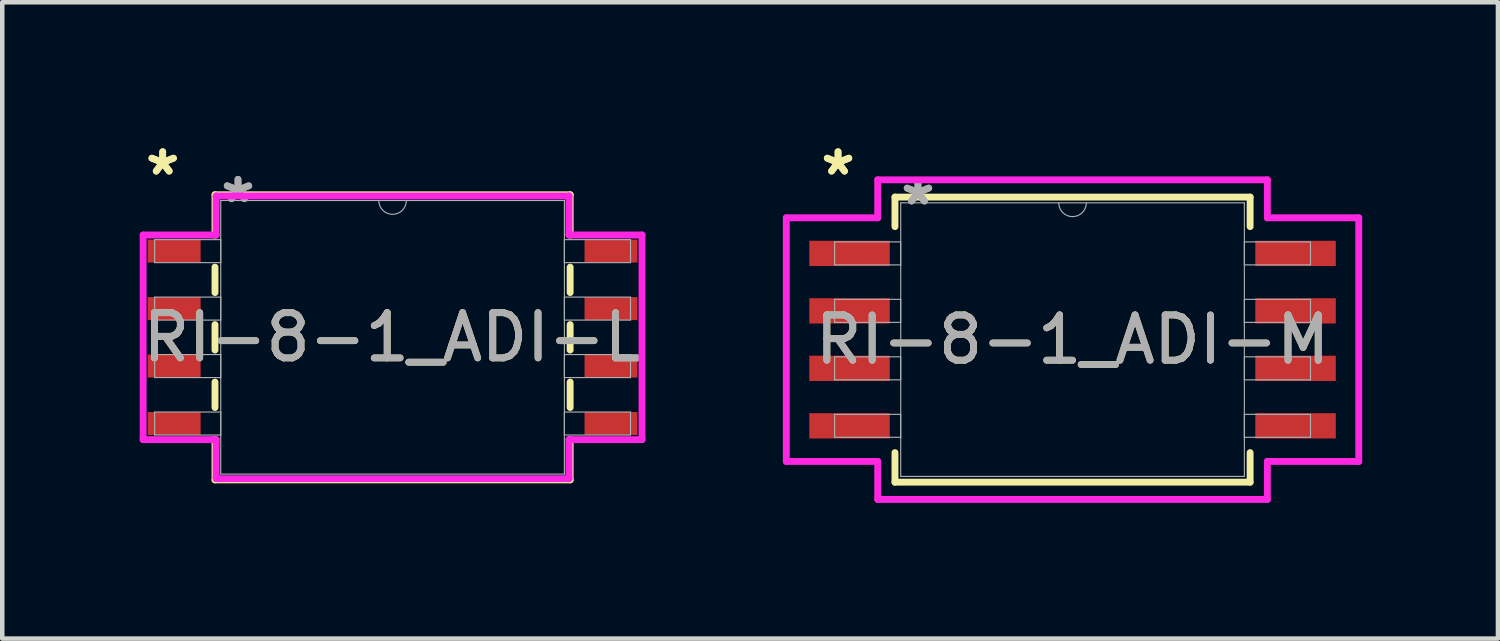
<source format=kicad_pcb>
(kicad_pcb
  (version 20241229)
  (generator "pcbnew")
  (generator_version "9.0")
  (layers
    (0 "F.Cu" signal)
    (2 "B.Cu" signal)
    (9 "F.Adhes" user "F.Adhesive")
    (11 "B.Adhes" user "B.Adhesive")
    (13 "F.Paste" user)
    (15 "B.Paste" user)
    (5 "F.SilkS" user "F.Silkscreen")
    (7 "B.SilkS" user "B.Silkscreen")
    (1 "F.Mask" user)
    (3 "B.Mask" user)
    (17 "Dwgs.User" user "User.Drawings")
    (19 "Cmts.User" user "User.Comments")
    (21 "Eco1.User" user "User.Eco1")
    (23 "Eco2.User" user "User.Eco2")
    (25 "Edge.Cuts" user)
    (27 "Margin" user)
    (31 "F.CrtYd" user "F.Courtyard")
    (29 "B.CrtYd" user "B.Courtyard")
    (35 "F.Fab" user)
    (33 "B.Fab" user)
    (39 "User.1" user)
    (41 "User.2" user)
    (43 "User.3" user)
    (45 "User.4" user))
  (footprint "RI-8-1_ADI-L"
    (layer "F.Cu")
    (at 5.625 4.404)
    (property "Reference" "RI-8-1_ADI-L" (at 0 0 0) (unlocked yes) (layer "F.SilkS") (effects (font (size 1 1) (thickness 0.15))))
    (attr smd)
    (fp_line (start -3.924 -3.15) (end -3.924 -2.259) (stroke (width 0.152) (type solid)) (layer "F.SilkS"))
    (fp_line (start -3.924 -1.551) (end -3.924 -0.989) (stroke (width 0.152) (type solid)) (layer "F.SilkS"))
    (fp_line (start -3.924 -0.281) (end -3.924 0.281) (stroke (width 0.152) (type solid)) (layer "F.SilkS"))
    (fp_line (start -3.924 0.989) (end -3.924 1.551) (stroke (width 0.152) (type solid)) (layer "F.SilkS"))
    (fp_line (start -3.924 2.259) (end -3.924 3.15) (stroke (width 0.152) (type solid)) (layer "F.SilkS"))
    (fp_line (start -3.924 3.15) (end 3.924 3.15) (stroke (width 0.152) (type solid)) (layer "F.SilkS"))
    (fp_line (start 3.924 -3.15) (end -3.924 -3.15) (stroke (width 0.152) (type solid)) (layer "F.SilkS"))
    (fp_line (start 3.924 -2.259) (end 3.924 -3.15) (stroke (width 0.152) (type solid)) (layer "F.SilkS"))
    (fp_line (start 3.924 -0.989) (end 3.924 -1.551) (stroke (width 0.152) (type solid)) (layer "F.SilkS"))
    (fp_line (start 3.924 0.281) (end 3.924 -0.281) (stroke (width 0.152) (type solid)) (layer "F.SilkS"))
    (fp_line (start 3.924 1.551) (end 3.924 0.989) (stroke (width 0.152) (type solid)) (layer "F.SilkS"))
    (fp_line (start 3.924 3.15) (end 3.924 2.259) (stroke (width 0.152) (type solid)) (layer "F.SilkS"))
    (fp_line (start -5.512 -2.261) (end -3.899 -2.261) (stroke (width 0.152) (type solid)) (layer "F.CrtYd"))
    (fp_line (start -5.512 2.261) (end -5.512 -2.261) (stroke (width 0.152) (type solid)) (layer "F.CrtYd"))
    (fp_line (start -5.512 2.261) (end -3.899 2.261) (stroke (width 0.152) (type solid)) (layer "F.CrtYd"))
    (fp_line (start -3.899 -3.124) (end 3.899 -3.124) (stroke (width 0.152) (type solid)) (layer "F.CrtYd"))
    (fp_line (start -3.899 -2.261) (end -3.899 -3.124) (stroke (width 0.152) (type solid)) (layer "F.CrtYd"))
    (fp_line (start -3.899 3.124) (end -3.899 2.261) (stroke (width 0.152) (type solid)) (layer "F.CrtYd"))
    (fp_line (start 3.899 -3.124) (end 3.899 -2.261) (stroke (width 0.152) (type solid)) (layer "F.CrtYd"))
    (fp_line (start 3.899 2.261) (end 3.899 3.124) (stroke (width 0.152) (type solid)) (layer "F.CrtYd"))
    (fp_line (start 3.899 3.124) (end -3.899 3.124) (stroke (width 0.152) (type solid)) (layer "F.CrtYd"))
    (fp_line (start 5.512 -2.261) (end 3.899 -2.261) (stroke (width 0.152) (type solid)) (layer "F.CrtYd"))
    (fp_line (start 5.512 -2.261) (end 5.512 2.261) (stroke (width 0.152) (type solid)) (layer "F.CrtYd"))
    (fp_line (start 5.512 2.261) (end 3.899 2.261) (stroke (width 0.152) (type solid)) (layer "F.CrtYd"))
    (fp_line (start -5.258 -2.159) (end -5.258 -1.651) (stroke (width 0.025) (type solid)) (layer "F.Fab"))
    (fp_line (start -5.258 -1.651) (end -3.797 -1.651) (stroke (width 0.025) (type solid)) (layer "F.Fab"))
    (fp_line (start -5.258 -0.889) (end -5.258 -0.381) (stroke (width 0.025) (type solid)) (layer "F.Fab"))
    (fp_line (start -5.258 -0.381) (end -3.797 -0.381) (stroke (width 0.025) (type solid)) (layer "F.Fab"))
    (fp_line (start -5.258 0.381) (end -5.258 0.889) (stroke (width 0.025) (type solid)) (layer "F.Fab"))
    (fp_line (start -5.258 0.889) (end -3.797 0.889) (stroke (width 0.025) (type solid)) (layer "F.Fab"))
    (fp_line (start -5.258 1.651) (end -5.258 2.159) (stroke (width 0.025) (type solid)) (layer "F.Fab"))
    (fp_line (start -5.258 2.159) (end -3.797 2.159) (stroke (width 0.025) (type solid)) (layer "F.Fab"))
    (fp_line (start -3.797 -3.023) (end -3.797 3.023) (stroke (width 0.025) (type solid)) (layer "F.Fab"))
    (fp_line (start -3.797 -2.159) (end -5.258 -2.159) (stroke (width 0.025) (type solid)) (layer "F.Fab"))
    (fp_line (start -3.797 -1.651) (end -3.797 -2.159) (stroke (width 0.025) (type solid)) (layer "F.Fab"))
    (fp_line (start -3.797 -0.889) (end -5.258 -0.889) (stroke (width 0.025) (type solid)) (layer "F.Fab"))
    (fp_line (start -3.797 -0.381) (end -3.797 -0.889) (stroke (width 0.025) (type solid)) (layer "F.Fab"))
    (fp_line (start -3.797 0.381) (end -5.258 0.381) (stroke (width 0.025) (type solid)) (layer "F.Fab"))
    (fp_line (start -3.797 0.889) (end -3.797 0.381) (stroke (width 0.025) (type solid)) (layer "F.Fab"))
    (fp_line (start -3.797 1.651) (end -5.258 1.651) (stroke (width 0.025) (type solid)) (layer "F.Fab"))
    (fp_line (start -3.797 2.159) (end -3.797 1.651) (stroke (width 0.025) (type solid)) (layer "F.Fab"))
    (fp_line (start -3.797 3.023) (end 3.797 3.023) (stroke (width 0.025) (type solid)) (layer "F.Fab"))
    (fp_line (start 3.797 -3.023) (end -3.797 -3.023) (stroke (width 0.025) (type solid)) (layer "F.Fab"))
    (fp_line (start 3.797 -2.159) (end 3.797 -1.651) (stroke (width 0.025) (type solid)) (layer "F.Fab"))
    (fp_line (start 3.797 -1.651) (end 5.258 -1.651) (stroke (width 0.025) (type solid)) (layer "F.Fab"))
    (fp_line (start 3.797 -0.889) (end 3.797 -0.381) (stroke (width 0.025) (type solid)) (layer "F.Fab"))
    (fp_line (start 3.797 -0.381) (end 5.258 -0.381) (stroke (width 0.025) (type solid)) (layer "F.Fab"))
    (fp_line (start 3.797 0.381) (end 3.797 0.889) (stroke (width 0.025) (type solid)) (layer "F.Fab"))
    (fp_line (start 3.797 0.889) (end 5.258 0.889) (stroke (width 0.025) (type solid)) (layer "F.Fab"))
    (fp_line (start 3.797 1.651) (end 3.797 2.159) (stroke (width 0.025) (type solid)) (layer "F.Fab"))
    (fp_line (start 3.797 2.159) (end 5.258 2.159) (stroke (width 0.025) (type solid)) (layer "F.Fab"))
    (fp_line (start 3.797 3.023) (end 3.797 -3.023) (stroke (width 0.025) (type solid)) (layer "F.Fab"))
    (fp_line (start 5.258 -2.159) (end 3.797 -2.159) (stroke (width 0.025) (type solid)) (layer "F.Fab"))
    (fp_line (start 5.258 -1.651) (end 5.258 -2.159) (stroke (width 0.025) (type solid)) (layer "F.Fab"))
    (fp_line (start 5.258 -0.889) (end 3.797 -0.889) (stroke (width 0.025) (type solid)) (layer "F.Fab"))
    (fp_line (start 5.258 -0.381) (end 5.258 -0.889) (stroke (width 0.025) (type solid)) (layer "F.Fab"))
    (fp_line (start 5.258 0.381) (end 3.797 0.381) (stroke (width 0.025) (type solid)) (layer "F.Fab"))
    (fp_line (start 5.258 0.889) (end 5.258 0.381) (stroke (width 0.025) (type solid)) (layer "F.Fab"))
    (fp_line (start 5.258 1.651) (end 3.797 1.651) (stroke (width 0.025) (type solid)) (layer "F.Fab"))
    (fp_line (start 5.258 2.159) (end 5.258 1.651) (stroke (width 0.025) (type solid)) (layer "F.Fab"))
    (fp_arc (start 0.3048 -3.0226) (mid 0 -2.7178) (end -0.3048 -3.0226) (stroke (width 0.0254) (type solid)) (layer "F.Fab"))
    (fp_text user "*" (at -5.08 -3.556 0) (layer "F.SilkS") (effects (font (size 1 1) (thickness 0.15))))
    (fp_text user "*" (at -5.08 -3.556 0) (unlocked yes) (layer "F.SilkS") (effects (font (size 1 1) (thickness 0.15))))
    (fp_text user "${REFERENCE}" (at 0 0 0) (unlocked yes) (layer "F.Fab") (effects (font (size 1 1) (thickness 0.15))))
    (fp_text user "*" (at -3.416 -2.946 0) (unlocked yes) (layer "F.Fab") (effects (font (size 1 1) (thickness 0.15))))
    (fp_text user "*" (at -3.416 -2.946 0) (layer "F.Fab") (effects (font (size 1 1) (thickness 0.15))))
    (pad "1" smd rect (at -4.826 -1.905) (size 1.168 0.508) (layers "F.Cu" "F.Mask" "F.Paste"))
    (pad "2" smd rect (at -4.826 -0.635) (size 1.168 0.508) (layers "F.Cu" "F.Mask" "F.Paste"))
    (pad "3" smd rect (at -4.826 0.635) (size 1.168 0.508) (layers "F.Cu" "F.Mask" "F.Paste"))
    (pad "4" smd rect (at -4.826 1.905) (size 1.168 0.508) (layers "F.Cu" "F.Mask" "F.Paste"))
    (pad "5" smd rect (at 4.826 1.905) (size 1.168 0.508) (layers "F.Cu" "F.Mask" "F.Paste"))
    (pad "6" smd rect (at 4.826 0.635) (size 1.168 0.508) (layers "F.Cu" "F.Mask" "F.Paste"))
    (pad "7" smd rect (at 4.826 -0.635) (size 1.168 0.508) (layers "F.Cu" "F.Mask" "F.Paste"))
    (pad "8" smd rect (at 4.826 -1.905) (size 1.168 0.508) (layers "F.Cu" "F.Mask" "F.Paste")))
  (footprint "RI-8-1_ADI-M"
    (layer "F.Cu")
    (at 20.651 4.455)
    (property "Reference" "RI-8-1_ADI-M" (at 0 0 0) (unlocked yes) (layer "F.SilkS") (effects (font (size 1 1) (thickness 0.15))))
    (attr smd)
    (fp_line (start -3.924 -3.15) (end -3.924 -2.497) (stroke (width 0.152) (type solid)) (layer "F.SilkS"))
    (fp_line (start -3.924 2.497) (end -3.924 3.15) (stroke (width 0.152) (type solid)) (layer "F.SilkS"))
    (fp_line (start -3.924 3.15) (end 3.924 3.15) (stroke (width 0.152) (type solid)) (layer "F.SilkS"))
    (fp_line (start 3.924 -3.15) (end -3.924 -3.15) (stroke (width 0.152) (type solid)) (layer "F.SilkS"))
    (fp_line (start 3.924 -2.497) (end 3.924 -3.15) (stroke (width 0.152) (type solid)) (layer "F.SilkS"))
    (fp_line (start 3.924 3.15) (end 3.924 2.497) (stroke (width 0.152) (type solid)) (layer "F.SilkS"))
    (fp_line (start -6.325 -2.692) (end -4.305 -2.692) (stroke (width 0.152) (type solid)) (layer "F.CrtYd"))
    (fp_line (start -6.325 2.692) (end -6.325 -2.692) (stroke (width 0.152) (type solid)) (layer "F.CrtYd"))
    (fp_line (start -6.325 2.692) (end -4.305 2.692) (stroke (width 0.152) (type solid)) (layer "F.CrtYd"))
    (fp_line (start -4.305 -3.531) (end 4.305 -3.531) (stroke (width 0.152) (type solid)) (layer "F.CrtYd"))
    (fp_line (start -4.305 -2.692) (end -4.305 -3.531) (stroke (width 0.152) (type solid)) (layer "F.CrtYd"))
    (fp_line (start -4.305 3.531) (end -4.305 2.692) (stroke (width 0.152) (type solid)) (layer "F.CrtYd"))
    (fp_line (start 4.305 -3.531) (end 4.305 -2.692) (stroke (width 0.152) (type solid)) (layer "F.CrtYd"))
    (fp_line (start 4.305 2.692) (end 4.305 3.531) (stroke (width 0.152) (type solid)) (layer "F.CrtYd"))
    (fp_line (start 4.305 3.531) (end -4.305 3.531) (stroke (width 0.152) (type solid)) (layer "F.CrtYd"))
    (fp_line (start 6.325 -2.692) (end 4.305 -2.692) (stroke (width 0.152) (type solid)) (layer "F.CrtYd"))
    (fp_line (start 6.325 -2.692) (end 6.325 2.692) (stroke (width 0.152) (type solid)) (layer "F.CrtYd"))
    (fp_line (start 6.325 2.692) (end 4.305 2.692) (stroke (width 0.152) (type solid)) (layer "F.CrtYd"))
    (fp_line (start -5.258 -2.159) (end -5.258 -1.651) (stroke (width 0.025) (type solid)) (layer "F.Fab"))
    (fp_line (start -5.258 -1.651) (end -3.797 -1.651) (stroke (width 0.025) (type solid)) (layer "F.Fab"))
    (fp_line (start -5.258 -0.889) (end -5.258 -0.381) (stroke (width 0.025) (type solid)) (layer "F.Fab"))
    (fp_line (start -5.258 -0.381) (end -3.797 -0.381) (stroke (width 0.025) (type solid)) (layer "F.Fab"))
    (fp_line (start -5.258 0.381) (end -5.258 0.889) (stroke (width 0.025) (type solid)) (layer "F.Fab"))
    (fp_line (start -5.258 0.889) (end -3.797 0.889) (stroke (width 0.025) (type solid)) (layer "F.Fab"))
    (fp_line (start -5.258 1.651) (end -5.258 2.159) (stroke (width 0.025) (type solid)) (layer "F.Fab"))
    (fp_line (start -5.258 2.159) (end -3.797 2.159) (stroke (width 0.025) (type solid)) (layer "F.Fab"))
    (fp_line (start -3.797 -3.023) (end -3.797 3.023) (stroke (width 0.025) (type solid)) (layer "F.Fab"))
    (fp_line (start -3.797 -2.159) (end -5.258 -2.159) (stroke (width 0.025) (type solid)) (layer "F.Fab"))
    (fp_line (start -3.797 -1.651) (end -3.797 -2.159) (stroke (width 0.025) (type solid)) (layer "F.Fab"))
    (fp_line (start -3.797 -0.889) (end -5.258 -0.889) (stroke (width 0.025) (type solid)) (layer "F.Fab"))
    (fp_line (start -3.797 -0.381) (end -3.797 -0.889) (stroke (width 0.025) (type solid)) (layer "F.Fab"))
    (fp_line (start -3.797 0.381) (end -5.258 0.381) (stroke (width 0.025) (type solid)) (layer "F.Fab"))
    (fp_line (start -3.797 0.889) (end -3.797 0.381) (stroke (width 0.025) (type solid)) (layer "F.Fab"))
    (fp_line (start -3.797 1.651) (end -5.258 1.651) (stroke (width 0.025) (type solid)) (layer "F.Fab"))
    (fp_line (start -3.797 2.159) (end -3.797 1.651) (stroke (width 0.025) (type solid)) (layer "F.Fab"))
    (fp_line (start -3.797 3.023) (end 3.797 3.023) (stroke (width 0.025) (type solid)) (layer "F.Fab"))
    (fp_line (start 3.797 -3.023) (end -3.797 -3.023) (stroke (width 0.025) (type solid)) (layer "F.Fab"))
    (fp_line (start 3.797 -2.159) (end 3.797 -1.651) (stroke (width 0.025) (type solid)) (layer "F.Fab"))
    (fp_line (start 3.797 -1.651) (end 5.258 -1.651) (stroke (width 0.025) (type solid)) (layer "F.Fab"))
    (fp_line (start 3.797 -0.889) (end 3.797 -0.381) (stroke (width 0.025) (type solid)) (layer "F.Fab"))
    (fp_line (start 3.797 -0.381) (end 5.258 -0.381) (stroke (width 0.025) (type solid)) (layer "F.Fab"))
    (fp_line (start 3.797 0.381) (end 3.797 0.889) (stroke (width 0.025) (type solid)) (layer "F.Fab"))
    (fp_line (start 3.797 0.889) (end 5.258 0.889) (stroke (width 0.025) (type solid)) (layer "F.Fab"))
    (fp_line (start 3.797 1.651) (end 3.797 2.159) (stroke (width 0.025) (type solid)) (layer "F.Fab"))
    (fp_line (start 3.797 2.159) (end 5.258 2.159) (stroke (width 0.025) (type solid)) (layer "F.Fab"))
    (fp_line (start 3.797 3.023) (end 3.797 -3.023) (stroke (width 0.025) (type solid)) (layer "F.Fab"))
    (fp_line (start 5.258 -2.159) (end 3.797 -2.159) (stroke (width 0.025) (type solid)) (layer "F.Fab"))
    (fp_line (start 5.258 -1.651) (end 5.258 -2.159) (stroke (width 0.025) (type solid)) (layer "F.Fab"))
    (fp_line (start 5.258 -0.889) (end 3.797 -0.889) (stroke (width 0.025) (type solid)) (layer "F.Fab"))
    (fp_line (start 5.258 -0.381) (end 5.258 -0.889) (stroke (width 0.025) (type solid)) (layer "F.Fab"))
    (fp_line (start 5.258 0.381) (end 3.797 0.381) (stroke (width 0.025) (type solid)) (layer "F.Fab"))
    (fp_line (start 5.258 0.889) (end 5.258 0.381) (stroke (width 0.025) (type solid)) (layer "F.Fab"))
    (fp_line (start 5.258 1.651) (end 3.797 1.651) (stroke (width 0.025) (type solid)) (layer "F.Fab"))
    (fp_line (start 5.258 2.159) (end 5.258 1.651) (stroke (width 0.025) (type solid)) (layer "F.Fab"))
    (fp_arc (start 0.3048 -3.0226) (mid 0 -2.7178) (end -0.3048 -3.0226) (stroke (width 0.0254) (type solid)) (layer "F.Fab"))
    (fp_text user "*" (at -5.182 -3.607 0) (layer "F.SilkS") (effects (font (size 1 1) (thickness 0.15))))
    (fp_text user "*" (at -5.182 -3.607 0) (unlocked yes) (layer "F.SilkS") (effects (font (size 1 1) (thickness 0.15))))
    (fp_text user "*" (at -3.416 -2.946 0) (layer "F.Fab") (effects (font (size 1 1) (thickness 0.15))))
    (fp_text user "*" (at -3.416 -2.946 0) (unlocked yes) (layer "F.Fab") (effects (font (size 1 1) (thickness 0.15))))
    (fp_text user "${REFERENCE}" (at 0 0 0) (unlocked yes) (layer "F.Fab") (effects (font (size 1 1) (thickness 0.15))))
    (pad "1" smd rect (at -4.928 -1.905) (size 1.778 0.559) (layers "F.Cu" "F.Mask" "F.Paste"))
    (pad "2" smd rect (at -4.928 -0.635) (size 1.778 0.559) (layers "F.Cu" "F.Mask" "F.Paste"))
    (pad "3" smd rect (at -4.928 0.635) (size 1.778 0.559) (layers "F.Cu" "F.Mask" "F.Paste"))
    (pad "4" smd rect (at -4.928 1.905) (size 1.778 0.559) (layers "F.Cu" "F.Mask" "F.Paste"))
    (pad "5" smd rect (at 4.928 1.905) (size 1.778 0.559) (layers "F.Cu" "F.Mask" "F.Paste"))
    (pad "6" smd rect (at 4.928 0.635) (size 1.778 0.559) (layers "F.Cu" "F.Mask" "F.Paste"))
    (pad "7" smd rect (at 4.928 -0.635) (size 1.778 0.559) (layers "F.Cu" "F.Mask" "F.Paste"))
    (pad "8" smd rect (at 4.928 -1.905) (size 1.778 0.559) (layers "F.Cu" "F.Mask" "F.Paste")))
  (gr_rect
    (start -3 -3)
    (end 30.052 11.062)
    (stroke (width 0.1) (type default))
    (fill no)
    (layer "Edge.Cuts")))
</source>
